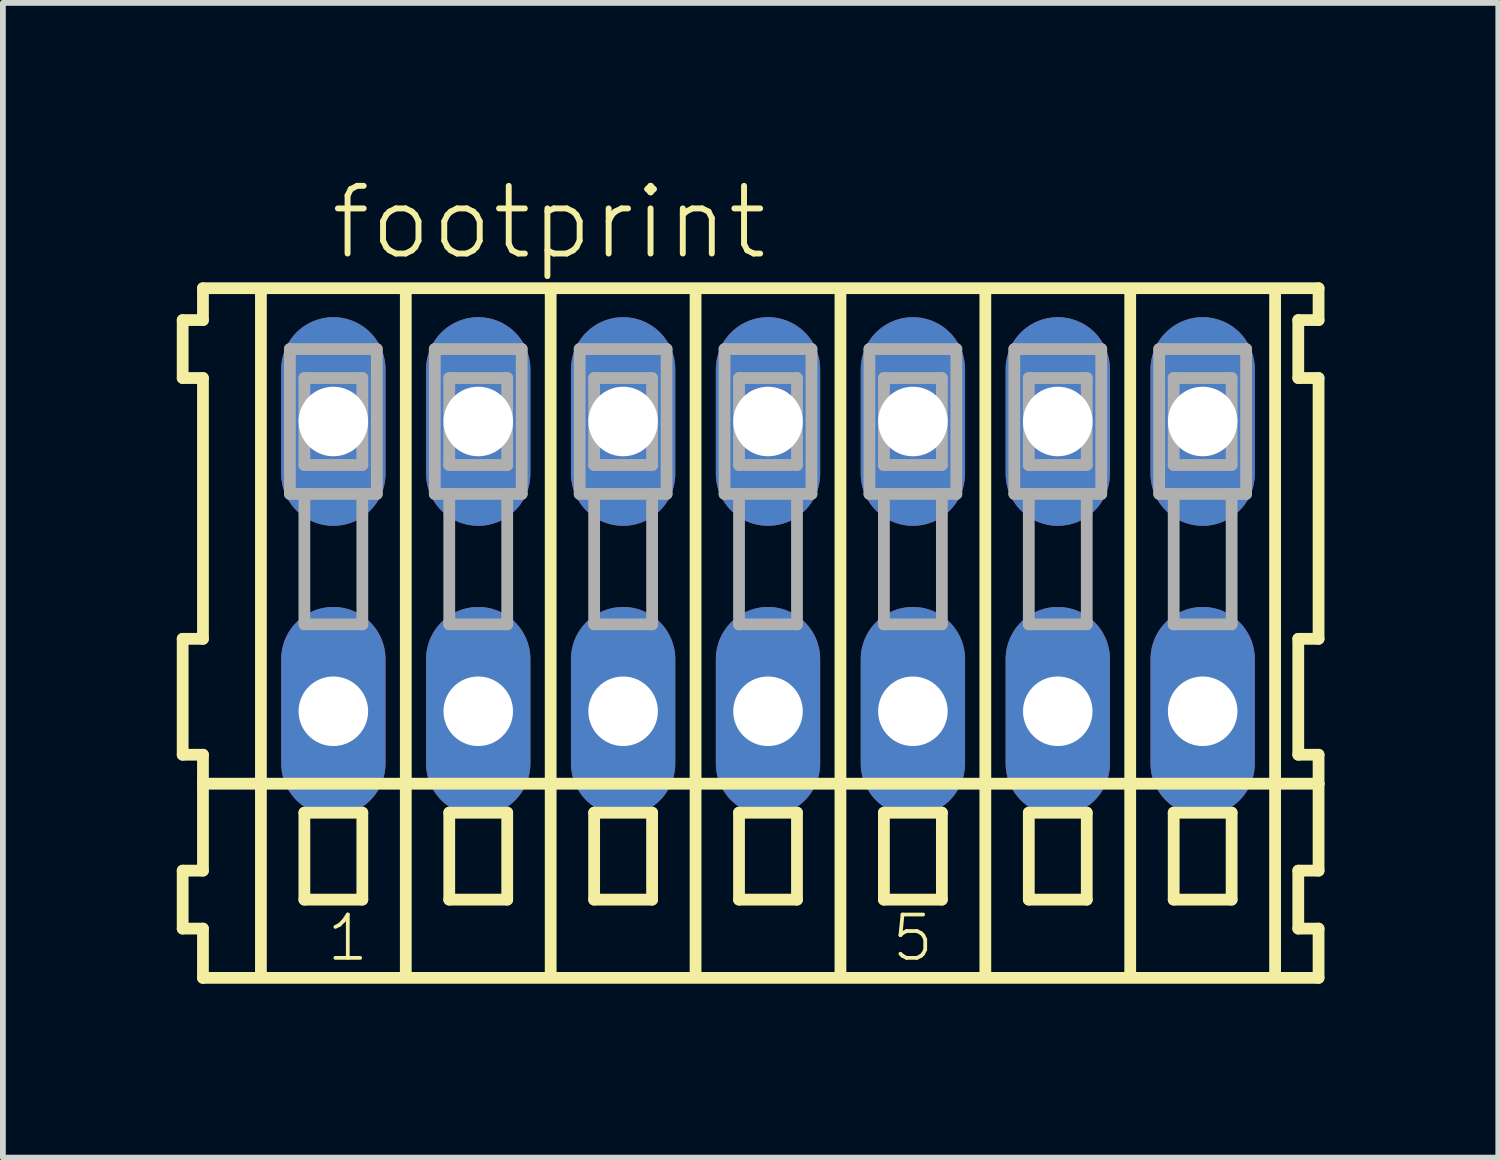
<source format=kicad_pcb>
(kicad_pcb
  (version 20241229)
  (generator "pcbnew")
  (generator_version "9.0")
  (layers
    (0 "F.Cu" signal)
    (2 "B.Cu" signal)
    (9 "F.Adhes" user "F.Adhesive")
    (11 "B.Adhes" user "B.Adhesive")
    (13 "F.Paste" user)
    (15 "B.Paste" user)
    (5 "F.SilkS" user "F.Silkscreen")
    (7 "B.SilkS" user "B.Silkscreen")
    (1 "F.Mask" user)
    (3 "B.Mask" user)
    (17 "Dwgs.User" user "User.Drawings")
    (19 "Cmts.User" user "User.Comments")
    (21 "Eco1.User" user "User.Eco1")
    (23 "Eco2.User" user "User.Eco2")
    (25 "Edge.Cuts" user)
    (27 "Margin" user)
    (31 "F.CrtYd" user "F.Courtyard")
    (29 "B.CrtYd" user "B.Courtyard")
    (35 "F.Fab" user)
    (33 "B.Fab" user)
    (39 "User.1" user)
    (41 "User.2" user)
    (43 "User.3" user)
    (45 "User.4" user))
  (footprint "footprint"
    (layer "F.Cu")
    (at 10.202 6.723)
    (property "Reference" "footprint" (at -7.6 -5.25 0) (layer "F.SilkS") (effects (font (size 1.168 1.168) (thickness 0.102)) (justify left bottom)))
    (fp_line (start -10.1 -4.25) (end -10.1 -3.25) (stroke (width 0.203) (type solid)) (layer "F.SilkS"))
    (fp_line (start -10.1 -3.25) (end -9.75 -3.25) (stroke (width 0.203) (type solid)) (layer "F.SilkS"))
    (fp_line (start -10.1 1.25) (end -10.1 3.25) (stroke (width 0.203) (type solid)) (layer "F.SilkS"))
    (fp_line (start -10.1 3.25) (end -9.75 3.25) (stroke (width 0.203) (type solid)) (layer "F.SilkS"))
    (fp_line (start -10.1 5.25) (end -10.1 6.25) (stroke (width 0.203) (type solid)) (layer "F.SilkS"))
    (fp_line (start -10.1 6.25) (end -9.75 6.25) (stroke (width 0.203) (type solid)) (layer "F.SilkS"))
    (fp_line (start -9.75 -4.8) (end -9.75 -4.25) (stroke (width 0.203) (type solid)) (layer "F.SilkS"))
    (fp_line (start -9.75 -4.25) (end -10.1 -4.25) (stroke (width 0.203) (type solid)) (layer "F.SilkS"))
    (fp_line (start -9.75 -3.25) (end -9.75 1.25) (stroke (width 0.203) (type solid)) (layer "F.SilkS"))
    (fp_line (start -9.75 1.25) (end -10.1 1.25) (stroke (width 0.203) (type solid)) (layer "F.SilkS"))
    (fp_line (start -9.75 3.25) (end -9.75 5.25) (stroke (width 0.203) (type solid)) (layer "F.SilkS"))
    (fp_line (start -9.75 3.75) (end 9.5 3.75) (stroke (width 0.203) (type solid)) (layer "F.SilkS"))
    (fp_line (start -9.75 5.25) (end -10.1 5.25) (stroke (width 0.203) (type solid)) (layer "F.SilkS"))
    (fp_line (start -9.75 6.25) (end -9.75 7.1) (stroke (width 0.203) (type solid)) (layer "F.SilkS"))
    (fp_line (start -9.75 7.1) (end 9.5 7.1) (stroke (width 0.203) (type solid)) (layer "F.SilkS"))
    (fp_line (start -8.75 -4.75) (end -8.75 7) (stroke (width 0.203) (type solid)) (layer "F.SilkS"))
    (fp_line (start -8 4.25) (end -8 5.75) (stroke (width 0.203) (type solid)) (layer "F.SilkS"))
    (fp_line (start -8 5.75) (end -7 5.75) (stroke (width 0.203) (type solid)) (layer "F.SilkS"))
    (fp_line (start -7 4.25) (end -8 4.25) (stroke (width 0.203) (type solid)) (layer "F.SilkS"))
    (fp_line (start -7 5.75) (end -7 4.25) (stroke (width 0.203) (type solid)) (layer "F.SilkS"))
    (fp_line (start -6.25 -4.75) (end -6.25 7) (stroke (width 0.203) (type solid)) (layer "F.SilkS"))
    (fp_line (start -5.5 4.25) (end -5.5 5.75) (stroke (width 0.203) (type solid)) (layer "F.SilkS"))
    (fp_line (start -5.5 5.75) (end -4.5 5.75) (stroke (width 0.203) (type solid)) (layer "F.SilkS"))
    (fp_line (start -4.5 4.25) (end -5.5 4.25) (stroke (width 0.203) (type solid)) (layer "F.SilkS"))
    (fp_line (start -4.5 5.75) (end -4.5 4.25) (stroke (width 0.203) (type solid)) (layer "F.SilkS"))
    (fp_line (start -3.75 -4.75) (end -3.75 7) (stroke (width 0.203) (type solid)) (layer "F.SilkS"))
    (fp_line (start -3 4.25) (end -3 5.75) (stroke (width 0.203) (type solid)) (layer "F.SilkS"))
    (fp_line (start -3 5.75) (end -2 5.75) (stroke (width 0.203) (type solid)) (layer "F.SilkS"))
    (fp_line (start -2 4.25) (end -3 4.25) (stroke (width 0.203) (type solid)) (layer "F.SilkS"))
    (fp_line (start -2 5.75) (end -2 4.25) (stroke (width 0.203) (type solid)) (layer "F.SilkS"))
    (fp_line (start -1.25 -4.75) (end -1.25 7) (stroke (width 0.203) (type solid)) (layer "F.SilkS"))
    (fp_line (start -0.5 4.25) (end -0.5 5.75) (stroke (width 0.203) (type solid)) (layer "F.SilkS"))
    (fp_line (start -0.5 5.75) (end 0.5 5.75) (stroke (width 0.203) (type solid)) (layer "F.SilkS"))
    (fp_line (start 0.5 4.25) (end -0.5 4.25) (stroke (width 0.203) (type solid)) (layer "F.SilkS"))
    (fp_line (start 0.5 5.75) (end 0.5 4.25) (stroke (width 0.203) (type solid)) (layer "F.SilkS"))
    (fp_line (start 1.25 -4.75) (end 1.25 7) (stroke (width 0.203) (type solid)) (layer "F.SilkS"))
    (fp_line (start 2 4.25) (end 2 5.75) (stroke (width 0.203) (type solid)) (layer "F.SilkS"))
    (fp_line (start 2 5.75) (end 3 5.75) (stroke (width 0.203) (type solid)) (layer "F.SilkS"))
    (fp_line (start 3 4.25) (end 2 4.25) (stroke (width 0.203) (type solid)) (layer "F.SilkS"))
    (fp_line (start 3 5.75) (end 3 4.25) (stroke (width 0.203) (type solid)) (layer "F.SilkS"))
    (fp_line (start 3.75 -4.75) (end 3.75 7) (stroke (width 0.203) (type solid)) (layer "F.SilkS"))
    (fp_line (start 4.5 4.25) (end 4.5 5.75) (stroke (width 0.203) (type solid)) (layer "F.SilkS"))
    (fp_line (start 4.5 5.75) (end 5.5 5.75) (stroke (width 0.203) (type solid)) (layer "F.SilkS"))
    (fp_line (start 5.5 4.25) (end 4.5 4.25) (stroke (width 0.203) (type solid)) (layer "F.SilkS"))
    (fp_line (start 5.5 5.75) (end 5.5 4.25) (stroke (width 0.203) (type solid)) (layer "F.SilkS"))
    (fp_line (start 6.25 -4.75) (end 6.25 7) (stroke (width 0.203) (type solid)) (layer "F.SilkS"))
    (fp_line (start 7 4.25) (end 7 5.75) (stroke (width 0.203) (type solid)) (layer "F.SilkS"))
    (fp_line (start 7 5.75) (end 8 5.75) (stroke (width 0.203) (type solid)) (layer "F.SilkS"))
    (fp_line (start 8 4.25) (end 7 4.25) (stroke (width 0.203) (type solid)) (layer "F.SilkS"))
    (fp_line (start 8 5.75) (end 8 4.25) (stroke (width 0.203) (type solid)) (layer "F.SilkS"))
    (fp_line (start 8.75 -4.75) (end 8.75 7) (stroke (width 0.203) (type solid)) (layer "F.SilkS"))
    (fp_line (start 9.15 -4.25) (end 9.15 -3.25) (stroke (width 0.203) (type solid)) (layer "F.SilkS"))
    (fp_line (start 9.15 -3.25) (end 9.5 -3.25) (stroke (width 0.203) (type solid)) (layer "F.SilkS"))
    (fp_line (start 9.15 1.25) (end 9.15 3.25) (stroke (width 0.203) (type solid)) (layer "F.SilkS"))
    (fp_line (start 9.15 3.25) (end 9.5 3.25) (stroke (width 0.203) (type solid)) (layer "F.SilkS"))
    (fp_line (start 9.15 5.25) (end 9.15 6.25) (stroke (width 0.203) (type solid)) (layer "F.SilkS"))
    (fp_line (start 9.15 6.25) (end 9.5 6.25) (stroke (width 0.203) (type solid)) (layer "F.SilkS"))
    (fp_line (start 9.5 -4.8) (end -9.75 -4.8) (stroke (width 0.203) (type solid)) (layer "F.SilkS"))
    (fp_line (start 9.5 -4.25) (end 9.15 -4.25) (stroke (width 0.203) (type solid)) (layer "F.SilkS"))
    (fp_line (start 9.5 -4.25) (end 9.5 -4.8) (stroke (width 0.203) (type solid)) (layer "F.SilkS"))
    (fp_line (start 9.5 1.25) (end 9.15 1.25) (stroke (width 0.203) (type solid)) (layer "F.SilkS"))
    (fp_line (start 9.5 1.25) (end 9.5 -3.25) (stroke (width 0.203) (type solid)) (layer "F.SilkS"))
    (fp_line (start 9.5 3.75) (end 9.5 3.25) (stroke (width 0.203) (type solid)) (layer "F.SilkS"))
    (fp_line (start 9.5 5.25) (end 9.15 5.25) (stroke (width 0.203) (type solid)) (layer "F.SilkS"))
    (fp_line (start 9.5 5.25) (end 9.5 3.75) (stroke (width 0.203) (type solid)) (layer "F.SilkS"))
    (fp_line (start 9.5 7.1) (end 9.5 6.25) (stroke (width 0.203) (type solid)) (layer "F.SilkS"))
    (fp_line (start -8.25 -3.75) (end -8.25 -1.25) (stroke (width 0.203) (type solid)) (layer "F.Fab"))
    (fp_line (start -8.25 -1.25) (end -8 -1.25) (stroke (width 0.203) (type solid)) (layer "F.Fab"))
    (fp_line (start -8 -3.25) (end -8 -1.75) (stroke (width 0.203) (type solid)) (layer "F.Fab"))
    (fp_line (start -8 -1.75) (end -7 -1.75) (stroke (width 0.203) (type solid)) (layer "F.Fab"))
    (fp_line (start -8 -1.25) (end -8 1) (stroke (width 0.203) (type solid)) (layer "F.Fab"))
    (fp_line (start -8 -1.25) (end -7 -1.25) (stroke (width 0.203) (type solid)) (layer "F.Fab"))
    (fp_line (start -8 1) (end -7 1) (stroke (width 0.203) (type solid)) (layer "F.Fab"))
    (fp_line (start -7 -3.25) (end -8 -3.25) (stroke (width 0.203) (type solid)) (layer "F.Fab"))
    (fp_line (start -7 -1.75) (end -7 -3.25) (stroke (width 0.203) (type solid)) (layer "F.Fab"))
    (fp_line (start -7 -1.25) (end -6.75 -1.25) (stroke (width 0.203) (type solid)) (layer "F.Fab"))
    (fp_line (start -7 1) (end -7 -1.25) (stroke (width 0.203) (type solid)) (layer "F.Fab"))
    (fp_line (start -6.75 -3.75) (end -8.25 -3.75) (stroke (width 0.203) (type solid)) (layer "F.Fab"))
    (fp_line (start -6.75 -1.25) (end -6.75 -3.75) (stroke (width 0.203) (type solid)) (layer "F.Fab"))
    (fp_line (start -5.75 -3.75) (end -5.75 -1.25) (stroke (width 0.203) (type solid)) (layer "F.Fab"))
    (fp_line (start -5.75 -1.25) (end -5.5 -1.25) (stroke (width 0.203) (type solid)) (layer "F.Fab"))
    (fp_line (start -5.5 -3.25) (end -5.5 -1.75) (stroke (width 0.203) (type solid)) (layer "F.Fab"))
    (fp_line (start -5.5 -1.75) (end -4.5 -1.75) (stroke (width 0.203) (type solid)) (layer "F.Fab"))
    (fp_line (start -5.5 -1.25) (end -5.5 1) (stroke (width 0.203) (type solid)) (layer "F.Fab"))
    (fp_line (start -5.5 -1.25) (end -4.5 -1.25) (stroke (width 0.203) (type solid)) (layer "F.Fab"))
    (fp_line (start -5.5 1) (end -4.5 1) (stroke (width 0.203) (type solid)) (layer "F.Fab"))
    (fp_line (start -4.5 -3.25) (end -5.5 -3.25) (stroke (width 0.203) (type solid)) (layer "F.Fab"))
    (fp_line (start -4.5 -1.75) (end -4.5 -3.25) (stroke (width 0.203) (type solid)) (layer "F.Fab"))
    (fp_line (start -4.5 -1.25) (end -4.25 -1.25) (stroke (width 0.203) (type solid)) (layer "F.Fab"))
    (fp_line (start -4.5 1) (end -4.5 -1.25) (stroke (width 0.203) (type solid)) (layer "F.Fab"))
    (fp_line (start -4.25 -3.75) (end -5.75 -3.75) (stroke (width 0.203) (type solid)) (layer "F.Fab"))
    (fp_line (start -4.25 -1.25) (end -4.25 -3.75) (stroke (width 0.203) (type solid)) (layer "F.Fab"))
    (fp_line (start -3.25 -3.75) (end -3.25 -1.25) (stroke (width 0.203) (type solid)) (layer "F.Fab"))
    (fp_line (start -3.25 -1.25) (end -3 -1.25) (stroke (width 0.203) (type solid)) (layer "F.Fab"))
    (fp_line (start -3 -3.25) (end -3 -1.75) (stroke (width 0.203) (type solid)) (layer "F.Fab"))
    (fp_line (start -3 -1.75) (end -2 -1.75) (stroke (width 0.203) (type solid)) (layer "F.Fab"))
    (fp_line (start -3 -1.25) (end -3 1) (stroke (width 0.203) (type solid)) (layer "F.Fab"))
    (fp_line (start -3 -1.25) (end -2 -1.25) (stroke (width 0.203) (type solid)) (layer "F.Fab"))
    (fp_line (start -3 1) (end -2 1) (stroke (width 0.203) (type solid)) (layer "F.Fab"))
    (fp_line (start -2 -3.25) (end -3 -3.25) (stroke (width 0.203) (type solid)) (layer "F.Fab"))
    (fp_line (start -2 -1.75) (end -2 -3.25) (stroke (width 0.203) (type solid)) (layer "F.Fab"))
    (fp_line (start -2 -1.25) (end -1.75 -1.25) (stroke (width 0.203) (type solid)) (layer "F.Fab"))
    (fp_line (start -2 1) (end -2 -1.25) (stroke (width 0.203) (type solid)) (layer "F.Fab"))
    (fp_line (start -1.75 -3.75) (end -3.25 -3.75) (stroke (width 0.203) (type solid)) (layer "F.Fab"))
    (fp_line (start -1.75 -1.25) (end -1.75 -3.75) (stroke (width 0.203) (type solid)) (layer "F.Fab"))
    (fp_line (start -0.75 -3.75) (end -0.75 -1.25) (stroke (width 0.203) (type solid)) (layer "F.Fab"))
    (fp_line (start -0.75 -1.25) (end -0.5 -1.25) (stroke (width 0.203) (type solid)) (layer "F.Fab"))
    (fp_line (start -0.5 -3.25) (end -0.5 -1.75) (stroke (width 0.203) (type solid)) (layer "F.Fab"))
    (fp_line (start -0.5 -1.75) (end 0.5 -1.75) (stroke (width 0.203) (type solid)) (layer "F.Fab"))
    (fp_line (start -0.5 -1.25) (end -0.5 1) (stroke (width 0.203) (type solid)) (layer "F.Fab"))
    (fp_line (start -0.5 -1.25) (end 0.5 -1.25) (stroke (width 0.203) (type solid)) (layer "F.Fab"))
    (fp_line (start -0.5 1) (end 0.5 1) (stroke (width 0.203) (type solid)) (layer "F.Fab"))
    (fp_line (start 0.5 -3.25) (end -0.5 -3.25) (stroke (width 0.203) (type solid)) (layer "F.Fab"))
    (fp_line (start 0.5 -1.75) (end 0.5 -3.25) (stroke (width 0.203) (type solid)) (layer "F.Fab"))
    (fp_line (start 0.5 -1.25) (end 0.75 -1.25) (stroke (width 0.203) (type solid)) (layer "F.Fab"))
    (fp_line (start 0.5 1) (end 0.5 -1.25) (stroke (width 0.203) (type solid)) (layer "F.Fab"))
    (fp_line (start 0.75 -3.75) (end -0.75 -3.75) (stroke (width 0.203) (type solid)) (layer "F.Fab"))
    (fp_line (start 0.75 -1.25) (end 0.75 -3.75) (stroke (width 0.203) (type solid)) (layer "F.Fab"))
    (fp_line (start 1.75 -3.75) (end 1.75 -1.25) (stroke (width 0.203) (type solid)) (layer "F.Fab"))
    (fp_line (start 1.75 -1.25) (end 2 -1.25) (stroke (width 0.203) (type solid)) (layer "F.Fab"))
    (fp_line (start 2 -3.25) (end 2 -1.75) (stroke (width 0.203) (type solid)) (layer "F.Fab"))
    (fp_line (start 2 -1.75) (end 3 -1.75) (stroke (width 0.203) (type solid)) (layer "F.Fab"))
    (fp_line (start 2 -1.25) (end 2 1) (stroke (width 0.203) (type solid)) (layer "F.Fab"))
    (fp_line (start 2 -1.25) (end 3 -1.25) (stroke (width 0.203) (type solid)) (layer "F.Fab"))
    (fp_line (start 2 1) (end 3 1) (stroke (width 0.203) (type solid)) (layer "F.Fab"))
    (fp_line (start 3 -3.25) (end 2 -3.25) (stroke (width 0.203) (type solid)) (layer "F.Fab"))
    (fp_line (start 3 -1.75) (end 3 -3.25) (stroke (width 0.203) (type solid)) (layer "F.Fab"))
    (fp_line (start 3 -1.25) (end 3.25 -1.25) (stroke (width 0.203) (type solid)) (layer "F.Fab"))
    (fp_line (start 3 1) (end 3 -1.25) (stroke (width 0.203) (type solid)) (layer "F.Fab"))
    (fp_line (start 3.25 -3.75) (end 1.75 -3.75) (stroke (width 0.203) (type solid)) (layer "F.Fab"))
    (fp_line (start 3.25 -1.25) (end 3.25 -3.75) (stroke (width 0.203) (type solid)) (layer "F.Fab"))
    (fp_line (start 4.25 -3.75) (end 4.25 -1.25) (stroke (width 0.203) (type solid)) (layer "F.Fab"))
    (fp_line (start 4.25 -1.25) (end 4.5 -1.25) (stroke (width 0.203) (type solid)) (layer "F.Fab"))
    (fp_line (start 4.5 -3.25) (end 4.5 -1.75) (stroke (width 0.203) (type solid)) (layer "F.Fab"))
    (fp_line (start 4.5 -1.75) (end 5.5 -1.75) (stroke (width 0.203) (type solid)) (layer "F.Fab"))
    (fp_line (start 4.5 -1.25) (end 4.5 1) (stroke (width 0.203) (type solid)) (layer "F.Fab"))
    (fp_line (start 4.5 -1.25) (end 5.5 -1.25) (stroke (width 0.203) (type solid)) (layer "F.Fab"))
    (fp_line (start 4.5 1) (end 5.5 1) (stroke (width 0.203) (type solid)) (layer "F.Fab"))
    (fp_line (start 5.5 -3.25) (end 4.5 -3.25) (stroke (width 0.203) (type solid)) (layer "F.Fab"))
    (fp_line (start 5.5 -1.75) (end 5.5 -3.25) (stroke (width 0.203) (type solid)) (layer "F.Fab"))
    (fp_line (start 5.5 -1.25) (end 5.75 -1.25) (stroke (width 0.203) (type solid)) (layer "F.Fab"))
    (fp_line (start 5.5 1) (end 5.5 -1.25) (stroke (width 0.203) (type solid)) (layer "F.Fab"))
    (fp_line (start 5.75 -3.75) (end 4.25 -3.75) (stroke (width 0.203) (type solid)) (layer "F.Fab"))
    (fp_line (start 5.75 -1.25) (end 5.75 -3.75) (stroke (width 0.203) (type solid)) (layer "F.Fab"))
    (fp_line (start 6.75 -3.75) (end 6.75 -1.25) (stroke (width 0.203) (type solid)) (layer "F.Fab"))
    (fp_line (start 6.75 -1.25) (end 7 -1.25) (stroke (width 0.203) (type solid)) (layer "F.Fab"))
    (fp_line (start 7 -3.25) (end 7 -1.75) (stroke (width 0.203) (type solid)) (layer "F.Fab"))
    (fp_line (start 7 -1.75) (end 8 -1.75) (stroke (width 0.203) (type solid)) (layer "F.Fab"))
    (fp_line (start 7 -1.25) (end 7 1) (stroke (width 0.203) (type solid)) (layer "F.Fab"))
    (fp_line (start 7 -1.25) (end 8 -1.25) (stroke (width 0.203) (type solid)) (layer "F.Fab"))
    (fp_line (start 7 1) (end 8 1) (stroke (width 0.203) (type solid)) (layer "F.Fab"))
    (fp_line (start 8 -3.25) (end 7 -3.25) (stroke (width 0.203) (type solid)) (layer "F.Fab"))
    (fp_line (start 8 -1.75) (end 8 -3.25) (stroke (width 0.203) (type solid)) (layer "F.Fab"))
    (fp_line (start 8 -1.25) (end 8.25 -1.25) (stroke (width 0.203) (type solid)) (layer "F.Fab"))
    (fp_line (start 8 1) (end 8 -1.25) (stroke (width 0.203) (type solid)) (layer "F.Fab"))
    (fp_line (start 8.25 -3.75) (end 6.75 -3.75) (stroke (width 0.203) (type solid)) (layer "F.Fab"))
    (fp_line (start 8.25 -1.25) (end 8.25 -3.75) (stroke (width 0.203) (type solid)) (layer "F.Fab"))
    (fp_text user "5" (at 2.1 6.85 0) (layer "F.SilkS") (effects (font (size 0.748 0.748) (thickness 0.065)) (justify left bottom)))
    (fp_text user "1" (at -7.65 6.85 0) (layer "F.SilkS") (effects (font (size 0.748 0.748) (thickness 0.065)) (justify left bottom)))
    (pad "A1" thru_hole oval (at -7.5 -2.5 90) (size 3.6 1.8) (drill 1.2) (layers "*.Cu" "*.Mask"))
    (pad "A2" thru_hole oval (at -5 -2.5 90) (size 3.6 1.8) (drill 1.2) (layers "*.Cu" "*.Mask"))
    (pad "A3" thru_hole oval (at -2.5 -2.5 90) (size 3.6 1.8) (drill 1.2) (layers "*.Cu" "*.Mask"))
    (pad "A4" thru_hole oval (at 0 -2.5 90) (size 3.6 1.8) (drill 1.2) (layers "*.Cu" "*.Mask"))
    (pad "A5" thru_hole oval (at 2.5 -2.5 90) (size 3.6 1.8) (drill 1.2) (layers "*.Cu" "*.Mask"))
    (pad "A6" thru_hole oval (at 5 -2.5 90) (size 3.6 1.8) (drill 1.2) (layers "*.Cu" "*.Mask"))
    (pad "A7" thru_hole oval (at 7.5 -2.5 90) (size 3.6 1.8) (drill 1.2) (layers "*.Cu" "*.Mask"))
    (pad "B1" thru_hole oval (at -7.5 2.5 90) (size 3.6 1.8) (drill 1.2) (layers "*.Cu" "*.Mask"))
    (pad "B2" thru_hole oval (at -5 2.5 90) (size 3.6 1.8) (drill 1.2) (layers "*.Cu" "*.Mask"))
    (pad "B3" thru_hole oval (at -2.5 2.5 90) (size 3.6 1.8) (drill 1.2) (layers "*.Cu" "*.Mask"))
    (pad "B4" thru_hole oval (at 0 2.5 90) (size 3.6 1.8) (drill 1.2) (layers "*.Cu" "*.Mask"))
    (pad "B5" thru_hole oval (at 2.5 2.5 90) (size 3.6 1.8) (drill 1.2) (layers "*.Cu" "*.Mask"))
    (pad "B6" thru_hole oval (at 5 2.5 90) (size 3.6 1.8) (drill 1.2) (layers "*.Cu" "*.Mask"))
    (pad "B7" thru_hole oval (at 7.5 2.5 90) (size 3.6 1.8) (drill 1.2) (layers "*.Cu" "*.Mask")))
  (gr_rect
    (start -3 -3)
    (end 22.803 16.925)
    (stroke (width 0.1) (type default))
    (fill no)
    (layer "Edge.Cuts")))
</source>
